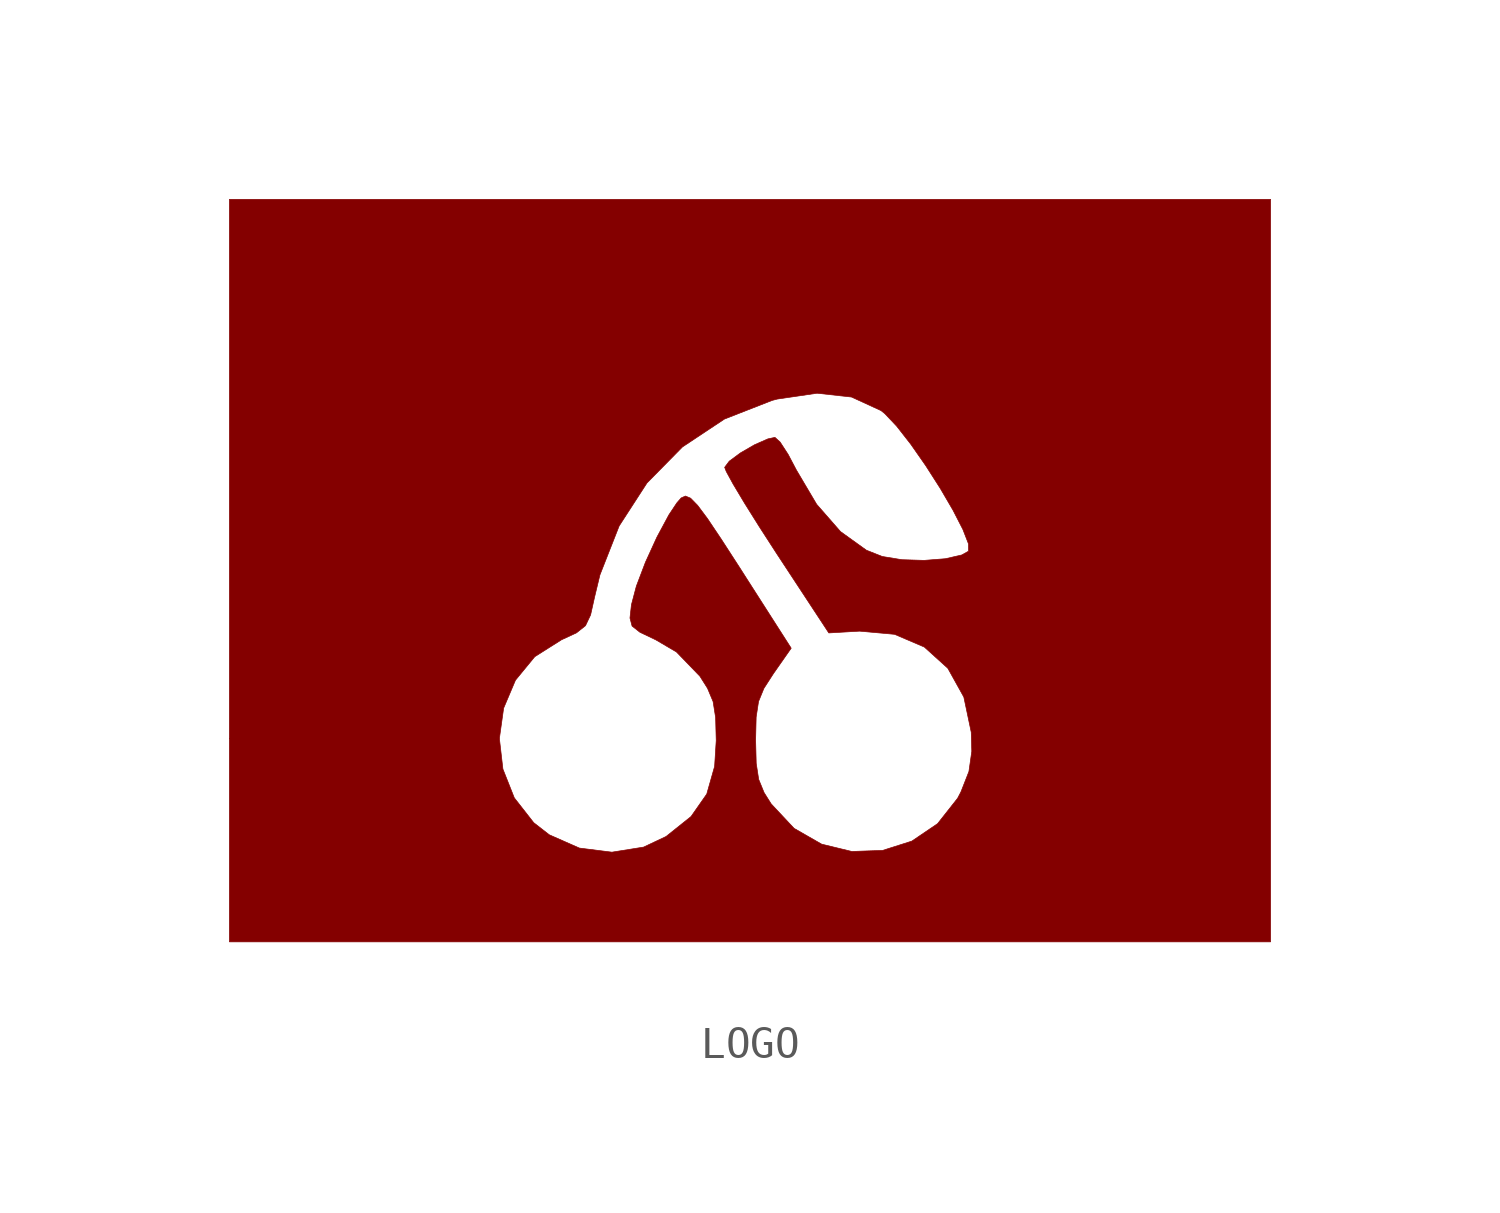
<source format=kicad_sym>
(kicad_symbol_lib
  (version 20220914)
  (generator bitmap2component)
  (symbol "LOGO"
    (pin_names
      (offset 1.016))
    (property "Reference" "#G"
      (at 0 11.074 0)
      (effects (font (size 1.27 1.27)) hide))
    (symbol "LOGO_0_0"
      (polyline (pts (xy 16.635 -0.09) (xy 16.635 11.709) (xy 0.089 11.709) (xy -16.456 11.709) (xy -16.456 -0.09) (xy -16.456 -5.426) (xy -7.875 -5.426) (xy -7.74 -4.462) (xy -7.364 -3.574) (xy -6.75 -2.827) (xy -5.903 -2.291) (xy -5.426 -2.07) (xy -5.139 -1.842) (xy -4.976 -1.498) (xy -4.846 -0.917) (xy -4.68 -0.228) (xy -4.069 1.327) (xy -3.184 2.694) (xy -2.058 3.838) (xy -0.722 4.725) (xy 0.791 5.317) (xy 0.955 5.36) (xy 2.222 5.546) (xy 3.316 5.425) (xy 4.252 4.995) (xy 4.371 4.9) (xy 4.75 4.5) (xy 5.198 3.927) (xy 5.673 3.246) (xy 6.135 2.524) (xy 6.543 1.825) (xy 6.856 1.215) (xy 7.033 0.76) (xy 7.034 0.526) (xy 6.822 0.407) (xy 6.299 0.287) (xy 5.624 0.234) (xy 4.916 0.256) (xy 4.293 0.358) (xy 3.788 0.558) (xy 2.967 1.148) (xy 2.208 2.016) (xy 1.56 3.112) (xy 1.301 3.603) (xy 1.047 3.994) (xy 0.882 4.143) (xy 0.658 4.095) (xy 0.235 3.909) (xy -0.214 3.649) (xy -0.57 3.386) (xy -0.716 3.191) (xy -0.665 3.059) (xy -0.446 2.658) (xy -0.084 2.053) (xy 0.389 1.298) (xy 0.939 0.447) (xy 2.594 -2.072) (xy 3.546 -2.017) (xy 3.571 -2.015) (xy 4.684 -2.116) (xy 5.631 -2.521) (xy 6.377 -3.196) (xy 6.885 -4.11) (xy 7.121 -5.23) (xy 7.138 -5.836) (xy 7.047 -6.476) (xy 6.792 -7.126) (xy 6.688 -7.325) (xy 6.051 -8.133) (xy 5.234 -8.687) (xy 4.304 -8.983) (xy 3.326 -9.017) (xy 2.366 -8.784) (xy 1.49 -8.282) (xy 0.763 -7.505) (xy 0.537 -7.146) (xy 0.366 -6.728) (xy 0.287 -6.216) (xy 0.268 -5.479) (xy 0.268 -5.468) (xy 0.285 -4.749) (xy 0.361 -4.251) (xy 0.531 -3.835) (xy 0.834 -3.365) (xy 1.399 -2.557) (xy -0.024 -0.333) (xy -0.233 -0.005) (xy -0.823 0.907) (xy -1.259 1.558) (xy -1.575 1.982) (xy -1.799 2.211) (xy -1.963 2.279) (xy -2.098 2.218) (xy -2.234 2.063) (xy -2.488 1.681) (xy -2.869 0.972) (xy -3.234 0.173) (xy -3.522 -0.585) (xy -3.677 -1.171) (xy -3.679 -1.183) (xy -3.725 -1.599) (xy -3.658 -1.854) (xy -3.408 -2.051) (xy -2.902 -2.293) (xy -2.248 -2.677) (xy -1.502 -3.449) (xy -1.26 -3.832) (xy -1.083 -4.255) (xy -1.003 -4.763) (xy -0.984 -5.492) (xy -1.035 -6.312) (xy -1.285 -7.192) (xy -1.784 -7.906) (xy -2.578 -8.541) (xy -3.292 -8.878) (xy -4.299 -9.039) (xy -5.331 -8.909) (xy -6.289 -8.487) (xy -6.784 -8.102) (xy -7.401 -7.313) (xy -7.763 -6.399) (xy -7.875 -5.426) (xy -16.456 -5.426) (xy -16.456 -11.889) (xy 0.089 -11.889) (xy 16.635 -11.889) (xy 16.635 -0.09)) (stroke (width 0.01) (type default)) (fill (type outline))))))
</source>
